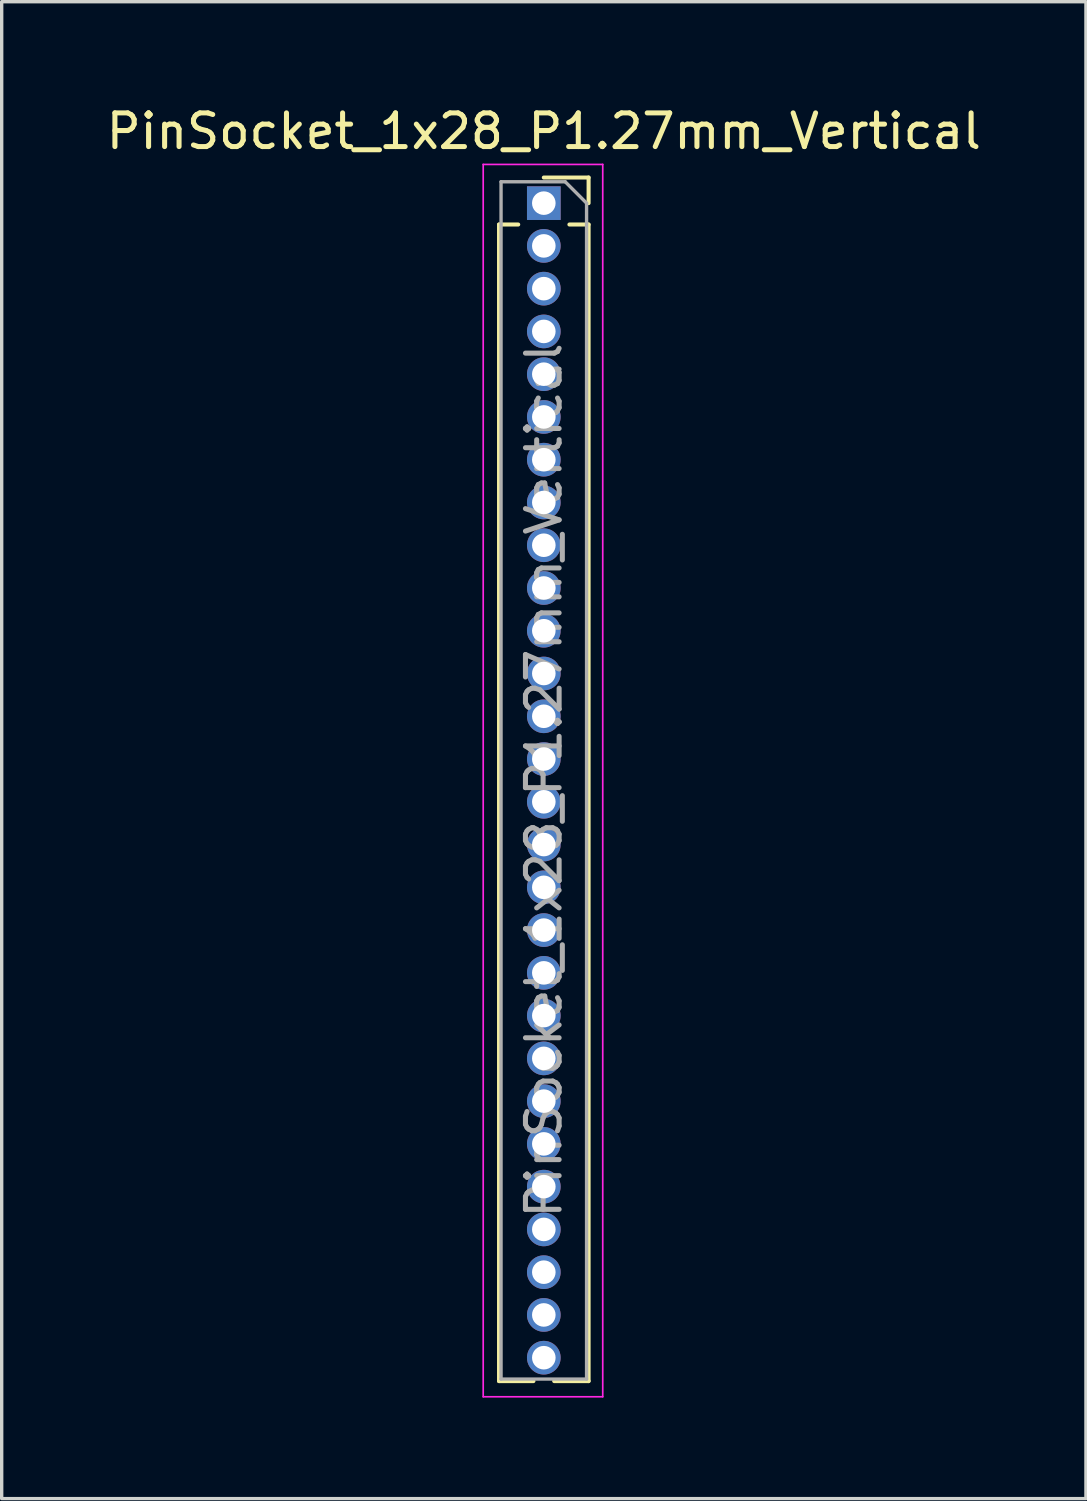
<source format=kicad_pcb>
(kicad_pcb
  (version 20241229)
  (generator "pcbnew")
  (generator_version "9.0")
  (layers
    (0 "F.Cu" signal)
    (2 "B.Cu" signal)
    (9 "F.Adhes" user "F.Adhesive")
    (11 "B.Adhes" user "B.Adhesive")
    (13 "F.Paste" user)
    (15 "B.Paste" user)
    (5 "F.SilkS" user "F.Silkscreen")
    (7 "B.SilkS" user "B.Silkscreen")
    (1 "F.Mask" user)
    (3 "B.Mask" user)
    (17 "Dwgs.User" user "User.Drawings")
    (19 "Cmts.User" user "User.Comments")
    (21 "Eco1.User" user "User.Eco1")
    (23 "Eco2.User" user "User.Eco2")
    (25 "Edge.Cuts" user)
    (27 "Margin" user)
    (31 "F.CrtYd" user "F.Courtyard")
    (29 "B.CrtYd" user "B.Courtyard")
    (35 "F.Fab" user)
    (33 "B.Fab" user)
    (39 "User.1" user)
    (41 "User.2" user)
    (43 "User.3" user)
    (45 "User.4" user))
  (footprint "PinSocket_1x28_P1.27mm_Vertical"
    (layer "F.Cu")
    (at 13.101 2.983)
    (property "Reference" "PinSocket_1x28_P1.27mm_Vertical" (at 0 -2.135 0) (layer "F.SilkS") (effects (font (size 1 1) (thickness 0.15))))
    (attr through_hole)
    (fp_line (start -1.33 0.635) (end -1.33 34.985) (stroke (width 0.12) (type solid)) (layer "F.SilkS"))
    (fp_line (start -1.33 0.635) (end -0.76 0.635) (stroke (width 0.12) (type solid)) (layer "F.SilkS"))
    (fp_line (start -1.33 34.985) (end -0.308 34.985) (stroke (width 0.12) (type solid)) (layer "F.SilkS"))
    (fp_line (start 0 -0.76) (end 1.33 -0.76) (stroke (width 0.12) (type solid)) (layer "F.SilkS"))
    (fp_line (start 0.308 34.985) (end 1.33 34.985) (stroke (width 0.12) (type solid)) (layer "F.SilkS"))
    (fp_line (start 0.76 0.635) (end 1.33 0.635) (stroke (width 0.12) (type solid)) (layer "F.SilkS"))
    (fp_line (start 1.33 -0.76) (end 1.33 0) (stroke (width 0.12) (type solid)) (layer "F.SilkS"))
    (fp_line (start 1.33 0.635) (end 1.33 34.985) (stroke (width 0.12) (type solid)) (layer "F.SilkS"))
    (fp_line (start -1.8 -1.15) (end 1.75 -1.15) (stroke (width 0.05) (type solid)) (layer "F.CrtYd"))
    (fp_line (start -1.8 35.45) (end -1.8 -1.15) (stroke (width 0.05) (type solid)) (layer "F.CrtYd"))
    (fp_line (start 1.75 -1.15) (end 1.75 35.45) (stroke (width 0.05) (type solid)) (layer "F.CrtYd"))
    (fp_line (start 1.75 35.45) (end -1.8 35.45) (stroke (width 0.05) (type solid)) (layer "F.CrtYd"))
    (fp_line (start -1.27 -0.635) (end 0.635 -0.635) (stroke (width 0.1) (type solid)) (layer "F.Fab"))
    (fp_line (start -1.27 34.925) (end -1.27 -0.635) (stroke (width 0.1) (type solid)) (layer "F.Fab"))
    (fp_line (start 0.635 -0.635) (end 1.27 0) (stroke (width 0.1) (type solid)) (layer "F.Fab"))
    (fp_line (start 1.27 0) (end 1.27 34.925) (stroke (width 0.1) (type solid)) (layer "F.Fab"))
    (fp_line (start 1.27 34.925) (end -1.27 34.925) (stroke (width 0.1) (type solid)) (layer "F.Fab"))
    (fp_text user "${REFERENCE}" (at 0 17.145 90) (layer "F.Fab") (effects (font (size 1 1) (thickness 0.15))))
    (pad "1" thru_hole rect (at 0 0) (size 1 1) (drill 0.7) (layers "*.Cu" "*.Mask"))
    (pad "2" thru_hole oval (at 0 1.27) (size 1 1) (drill 0.7) (layers "*.Cu" "*.Mask"))
    (pad "3" thru_hole oval (at 0 2.54) (size 1 1) (drill 0.7) (layers "*.Cu" "*.Mask"))
    (pad "4" thru_hole oval (at 0 3.81) (size 1 1) (drill 0.7) (layers "*.Cu" "*.Mask"))
    (pad "5" thru_hole oval (at 0 5.08) (size 1 1) (drill 0.7) (layers "*.Cu" "*.Mask"))
    (pad "6" thru_hole oval (at 0 6.35) (size 1 1) (drill 0.7) (layers "*.Cu" "*.Mask"))
    (pad "7" thru_hole oval (at 0 7.62) (size 1 1) (drill 0.7) (layers "*.Cu" "*.Mask"))
    (pad "8" thru_hole oval (at 0 8.89) (size 1 1) (drill 0.7) (layers "*.Cu" "*.Mask"))
    (pad "9" thru_hole oval (at 0 10.16) (size 1 1) (drill 0.7) (layers "*.Cu" "*.Mask"))
    (pad "10" thru_hole oval (at 0 11.43) (size 1 1) (drill 0.7) (layers "*.Cu" "*.Mask"))
    (pad "11" thru_hole oval (at 0 12.7) (size 1 1) (drill 0.7) (layers "*.Cu" "*.Mask"))
    (pad "12" thru_hole oval (at 0 13.97) (size 1 1) (drill 0.7) (layers "*.Cu" "*.Mask"))
    (pad "13" thru_hole oval (at 0 15.24) (size 1 1) (drill 0.7) (layers "*.Cu" "*.Mask"))
    (pad "14" thru_hole oval (at 0 16.51) (size 1 1) (drill 0.7) (layers "*.Cu" "*.Mask"))
    (pad "15" thru_hole oval (at 0 17.78) (size 1 1) (drill 0.7) (layers "*.Cu" "*.Mask"))
    (pad "16" thru_hole oval (at 0 19.05) (size 1 1) (drill 0.7) (layers "*.Cu" "*.Mask"))
    (pad "17" thru_hole oval (at 0 20.32) (size 1 1) (drill 0.7) (layers "*.Cu" "*.Mask"))
    (pad "18" thru_hole oval (at 0 21.59) (size 1 1) (drill 0.7) (layers "*.Cu" "*.Mask"))
    (pad "19" thru_hole oval (at 0 22.86) (size 1 1) (drill 0.7) (layers "*.Cu" "*.Mask"))
    (pad "20" thru_hole oval (at 0 24.13) (size 1 1) (drill 0.7) (layers "*.Cu" "*.Mask"))
    (pad "21" thru_hole oval (at 0 25.4) (size 1 1) (drill 0.7) (layers "*.Cu" "*.Mask"))
    (pad "22" thru_hole oval (at 0 26.67) (size 1 1) (drill 0.7) (layers "*.Cu" "*.Mask"))
    (pad "23" thru_hole oval (at 0 27.94) (size 1 1) (drill 0.7) (layers "*.Cu" "*.Mask"))
    (pad "24" thru_hole oval (at 0 29.21) (size 1 1) (drill 0.7) (layers "*.Cu" "*.Mask"))
    (pad "25" thru_hole oval (at 0 30.48) (size 1 1) (drill 0.7) (layers "*.Cu" "*.Mask"))
    (pad "26" thru_hole oval (at 0 31.75) (size 1 1) (drill 0.7) (layers "*.Cu" "*.Mask"))
    (pad "27" thru_hole oval (at 0 33.02) (size 1 1) (drill 0.7) (layers "*.Cu" "*.Mask"))
    (pad "28" thru_hole oval (at 0 34.29) (size 1 1) (drill 0.7) (layers "*.Cu" "*.Mask")))
  (gr_rect
    (start -3 -3)
    (end 29.202 41.458)
    (stroke (width 0.1) (type default))
    (fill no)
    (layer "Edge.Cuts")))
</source>
